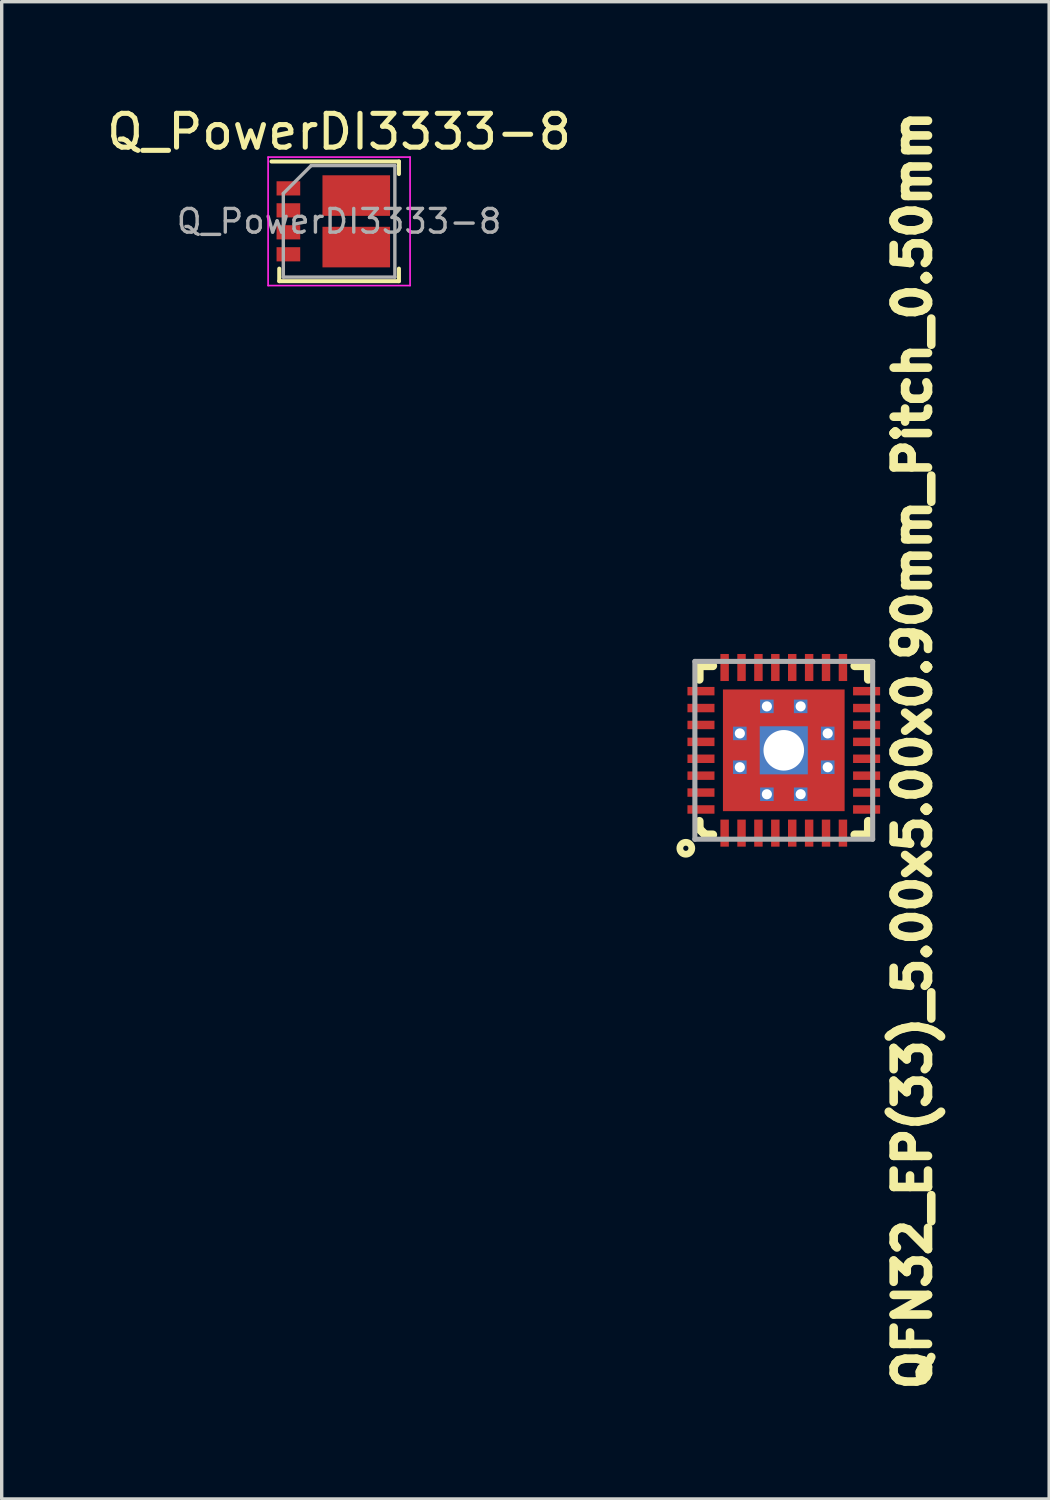
<source format=kicad_pcb>
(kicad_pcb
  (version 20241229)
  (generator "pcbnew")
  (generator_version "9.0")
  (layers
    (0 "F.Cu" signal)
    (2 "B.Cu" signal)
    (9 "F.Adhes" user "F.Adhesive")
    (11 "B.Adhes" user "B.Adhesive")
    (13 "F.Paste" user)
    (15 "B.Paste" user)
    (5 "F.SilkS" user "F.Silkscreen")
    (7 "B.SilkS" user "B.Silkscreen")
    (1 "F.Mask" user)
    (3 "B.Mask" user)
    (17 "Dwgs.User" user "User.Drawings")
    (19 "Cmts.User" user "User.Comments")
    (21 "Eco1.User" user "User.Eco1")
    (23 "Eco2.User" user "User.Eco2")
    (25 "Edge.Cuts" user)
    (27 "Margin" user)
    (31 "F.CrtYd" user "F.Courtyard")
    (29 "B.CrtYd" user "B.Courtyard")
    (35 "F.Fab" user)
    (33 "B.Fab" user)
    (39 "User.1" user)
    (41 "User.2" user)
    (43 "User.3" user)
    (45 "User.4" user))
  (footprint "QFN32_EP(33)_5.00x5.00x0.90mm_Pitch_0.50mm"
    (layer "F.Cu")
    (at 20.138 19.148)
    (property "Reference" "QFN32_EP(33)_5.00x5.00x0.90mm_Pitch_0.50mm" (at 3.81 0 90) (layer "F.SilkS") (effects (font (size 1.016 1.016) (thickness 0.254))))
    (attr smd)
    (fp_line (start -2.499 -2.499) (end -2.499 -2.098) (stroke (width 0.254) (type solid)) (layer "F.SilkS"))
    (fp_line (start -2.499 2.098) (end -2.499 2.324) (stroke (width 0.254) (type solid)) (layer "F.SilkS"))
    (fp_line (start -2.499 2.324) (end -2.324 2.499) (stroke (width 0.254) (type solid)) (layer "F.SilkS"))
    (fp_line (start -2.324 2.499) (end -2.098 2.499) (stroke (width 0.254) (type solid)) (layer "F.SilkS"))
    (fp_line (start -2.098 -2.499) (end -2.499 -2.499) (stroke (width 0.254) (type solid)) (layer "F.SilkS"))
    (fp_line (start 2.098 2.499) (end 2.499 2.499) (stroke (width 0.254) (type solid)) (layer "F.SilkS"))
    (fp_line (start 2.499 -2.499) (end 2.098 -2.499) (stroke (width 0.254) (type solid)) (layer "F.SilkS"))
    (fp_line (start 2.499 -2.098) (end 2.499 -2.499) (stroke (width 0.254) (type solid)) (layer "F.SilkS"))
    (fp_line (start 2.499 2.499) (end 2.499 2.098) (stroke (width 0.254) (type solid)) (layer "F.SilkS"))
    (fp_circle (center -2.898 2.898) (end -3.023 3.023) (stroke (width 0.2) (type solid)) (fill no) (layer "F.SilkS"))
    (fp_line (start -1.6 -1.6) (end -1.6 -0.8) (stroke (width 0.2) (type solid)) (layer "F.Paste"))
    (fp_line (start -1.6 -0.8) (end -0.8 -0.8) (stroke (width 0.2) (type solid)) (layer "F.Paste"))
    (fp_line (start -1.6 -0.2) (end -0.8 -0.2) (stroke (width 0.2) (type solid)) (layer "F.Paste"))
    (fp_line (start -1.6 -0.1) (end -0.8 -0.1) (stroke (width 0.2) (type solid)) (layer "F.Paste"))
    (fp_line (start -1.6 0) (end -0.8 0) (stroke (width 0.2) (type solid)) (layer "F.Paste"))
    (fp_line (start -1.6 0.1) (end -0.8 0.1) (stroke (width 0.2) (type solid)) (layer "F.Paste"))
    (fp_line (start -1.6 0.2) (end -1.6 -0.2) (stroke (width 0.2) (type solid)) (layer "F.Paste"))
    (fp_line (start -1.6 0.8) (end -1.6 1.6) (stroke (width 0.2) (type solid)) (layer "F.Paste"))
    (fp_line (start -1.6 1.6) (end -0.8 1.6) (stroke (width 0.2) (type solid)) (layer "F.Paste"))
    (fp_line (start -1.5 -1.6) (end -1.5 -0.8) (stroke (width 0.2) (type solid)) (layer "F.Paste"))
    (fp_line (start -1.5 0.8) (end -1.5 1.6) (stroke (width 0.2) (type solid)) (layer "F.Paste"))
    (fp_line (start -1.4 -1.6) (end -1.4 -0.8) (stroke (width 0.2) (type solid)) (layer "F.Paste"))
    (fp_line (start -1.4 0.8) (end -1.4 1.6) (stroke (width 0.2) (type solid)) (layer "F.Paste"))
    (fp_line (start -1.3 -1.6) (end -1.3 -0.8) (stroke (width 0.2) (type solid)) (layer "F.Paste"))
    (fp_line (start -1.3 0.8) (end -1.3 1.6) (stroke (width 0.2) (type solid)) (layer "F.Paste"))
    (fp_line (start -1.2 -1.6) (end -1.2 -0.8) (stroke (width 0.2) (type solid)) (layer "F.Paste"))
    (fp_line (start -1.2 0.8) (end -1.2 1.6) (stroke (width 0.2) (type solid)) (layer "F.Paste"))
    (fp_line (start -1.1 -1.6) (end -1.1 -0.8) (stroke (width 0.2) (type solid)) (layer "F.Paste"))
    (fp_line (start -1.1 0.8) (end -1.1 1.6) (stroke (width 0.2) (type solid)) (layer "F.Paste"))
    (fp_line (start -1 -1.6) (end -1 -0.8) (stroke (width 0.2) (type solid)) (layer "F.Paste"))
    (fp_line (start -1 0.8) (end -1 1.6) (stroke (width 0.2) (type solid)) (layer "F.Paste"))
    (fp_line (start -0.9 -1.6) (end -0.9 -0.8) (stroke (width 0.2) (type solid)) (layer "F.Paste"))
    (fp_line (start -0.9 0.8) (end -0.9 1.6) (stroke (width 0.2) (type solid)) (layer "F.Paste"))
    (fp_line (start -0.8 -1.6) (end -1.6 -1.6) (stroke (width 0.2) (type solid)) (layer "F.Paste"))
    (fp_line (start -0.8 -0.8) (end -0.8 -1.6) (stroke (width 0.2) (type solid)) (layer "F.Paste"))
    (fp_line (start -0.8 -0.2) (end -0.8 0.2) (stroke (width 0.2) (type solid)) (layer "F.Paste"))
    (fp_line (start -0.8 0.2) (end -1.6 0.2) (stroke (width 0.2) (type solid)) (layer "F.Paste"))
    (fp_line (start -0.8 0.8) (end -1.6 0.8) (stroke (width 0.2) (type solid)) (layer "F.Paste"))
    (fp_line (start -0.8 1.6) (end -0.8 0.8) (stroke (width 0.2) (type solid)) (layer "F.Paste"))
    (fp_line (start -0.2 -1.6) (end -0.2 -0.8) (stroke (width 0.2) (type solid)) (layer "F.Paste"))
    (fp_line (start -0.2 -0.8) (end 0.2 -0.8) (stroke (width 0.2) (type solid)) (layer "F.Paste"))
    (fp_line (start -0.2 0.8) (end -0.2 1.6) (stroke (width 0.2) (type solid)) (layer "F.Paste"))
    (fp_line (start -0.2 1.6) (end 0.2 1.6) (stroke (width 0.2) (type solid)) (layer "F.Paste"))
    (fp_line (start -0.1 -1.6) (end -0.1 -0.8) (stroke (width 0.2) (type solid)) (layer "F.Paste"))
    (fp_line (start -0.1 0.8) (end -0.1 1.6) (stroke (width 0.2) (type solid)) (layer "F.Paste"))
    (fp_line (start 0 -0.8) (end 0 -1.6) (stroke (width 0.2) (type solid)) (layer "F.Paste"))
    (fp_line (start 0 1.6) (end 0 0.8) (stroke (width 0.2) (type solid)) (layer "F.Paste"))
    (fp_line (start 0.1 -1.6) (end 0.1 -0.8) (stroke (width 0.2) (type solid)) (layer "F.Paste"))
    (fp_line (start 0.1 0.8) (end 0.1 1.6) (stroke (width 0.2) (type solid)) (layer "F.Paste"))
    (fp_line (start 0.2 -1.6) (end -0.2 -1.6) (stroke (width 0.2) (type solid)) (layer "F.Paste"))
    (fp_line (start 0.2 -0.8) (end 0.2 -1.6) (stroke (width 0.2) (type solid)) (layer "F.Paste"))
    (fp_line (start 0.2 0.8) (end -0.2 0.8) (stroke (width 0.2) (type solid)) (layer "F.Paste"))
    (fp_line (start 0.2 1.6) (end 0.2 0.8) (stroke (width 0.2) (type solid)) (layer "F.Paste"))
    (fp_line (start 0.8 -1.6) (end 0.8 -0.8) (stroke (width 0.2) (type solid)) (layer "F.Paste"))
    (fp_line (start 0.8 -0.8) (end 1.6 -0.8) (stroke (width 0.2) (type solid)) (layer "F.Paste"))
    (fp_line (start 0.8 -0.2) (end 1.6 -0.2) (stroke (width 0.2) (type solid)) (layer "F.Paste"))
    (fp_line (start 0.8 -0.1) (end 1.6 -0.1) (stroke (width 0.2) (type solid)) (layer "F.Paste"))
    (fp_line (start 0.8 0) (end 1.6 0) (stroke (width 0.2) (type solid)) (layer "F.Paste"))
    (fp_line (start 0.8 0.1) (end 1.6 0.1) (stroke (width 0.2) (type solid)) (layer "F.Paste"))
    (fp_line (start 0.8 0.2) (end 0.8 -0.2) (stroke (width 0.2) (type solid)) (layer "F.Paste"))
    (fp_line (start 0.8 0.8) (end 0.8 1.6) (stroke (width 0.2) (type solid)) (layer "F.Paste"))
    (fp_line (start 0.8 1.6) (end 1.6 1.6) (stroke (width 0.2) (type solid)) (layer "F.Paste"))
    (fp_line (start 0.9 -1.6) (end 0.9 -0.8) (stroke (width 0.2) (type solid)) (layer "F.Paste"))
    (fp_line (start 0.9 0.8) (end 0.9 1.6) (stroke (width 0.2) (type solid)) (layer "F.Paste"))
    (fp_line (start 1 -1.6) (end 1 -0.8) (stroke (width 0.2) (type solid)) (layer "F.Paste"))
    (fp_line (start 1 0.8) (end 1 1.6) (stroke (width 0.2) (type solid)) (layer "F.Paste"))
    (fp_line (start 1.1 -1.6) (end 1.1 -0.8) (stroke (width 0.2) (type solid)) (layer "F.Paste"))
    (fp_line (start 1.1 0.8) (end 1.1 1.6) (stroke (width 0.2) (type solid)) (layer "F.Paste"))
    (fp_line (start 1.2 -1.6) (end 1.2 -0.8) (stroke (width 0.2) (type solid)) (layer "F.Paste"))
    (fp_line (start 1.2 0.8) (end 1.2 1.6) (stroke (width 0.2) (type solid)) (layer "F.Paste"))
    (fp_line (start 1.3 -1.6) (end 1.3 -0.8) (stroke (width 0.2) (type solid)) (layer "F.Paste"))
    (fp_line (start 1.3 0.8) (end 1.3 1.6) (stroke (width 0.2) (type solid)) (layer "F.Paste"))
    (fp_line (start 1.4 -1.6) (end 1.4 -0.8) (stroke (width 0.2) (type solid)) (layer "F.Paste"))
    (fp_line (start 1.4 0.8) (end 1.4 1.6) (stroke (width 0.2) (type solid)) (layer "F.Paste"))
    (fp_line (start 1.5 -1.6) (end 1.5 -0.8) (stroke (width 0.2) (type solid)) (layer "F.Paste"))
    (fp_line (start 1.5 0.8) (end 1.5 1.6) (stroke (width 0.2) (type solid)) (layer "F.Paste"))
    (fp_line (start 1.6 -1.6) (end 0.8 -1.6) (stroke (width 0.2) (type solid)) (layer "F.Paste"))
    (fp_line (start 1.6 -0.8) (end 1.6 -1.6) (stroke (width 0.2) (type solid)) (layer "F.Paste"))
    (fp_line (start 1.6 -0.2) (end 1.6 0.2) (stroke (width 0.2) (type solid)) (layer "F.Paste"))
    (fp_line (start 1.6 0.2) (end 0.8 0.2) (stroke (width 0.2) (type solid)) (layer "F.Paste"))
    (fp_line (start 1.6 0.8) (end 0.8 0.8) (stroke (width 0.2) (type solid)) (layer "F.Paste"))
    (fp_line (start 1.6 1.6) (end 1.6 0.8) (stroke (width 0.2) (type solid)) (layer "F.Paste"))
    (fp_line (start -2.63 -2.63) (end 2.63 -2.63) (stroke (width 0.15) (type solid)) (layer "F.Fab"))
    (fp_line (start -2.63 2.63) (end -2.63 -2.63) (stroke (width 0.15) (type solid)) (layer "F.Fab"))
    (fp_line (start 2.63 -2.63) (end 2.63 2.63) (stroke (width 0.15) (type solid)) (layer "F.Fab"))
    (fp_line (start 2.63 2.63) (end -2.63 2.63) (stroke (width 0.15) (type solid)) (layer "F.Fab"))
    (pad "1" smd rect (at -1.75 2.45 90) (size 0.8 0.25) (layers "F.Cu" "F.Mask" "F.Paste"))
    (pad "2" smd rect (at -1.25 2.45 90) (size 0.8 0.25) (layers "F.Cu" "F.Mask" "F.Paste"))
    (pad "3" smd rect (at -0.75 2.45 90) (size 0.8 0.25) (layers "F.Cu" "F.Mask" "F.Paste"))
    (pad "4" smd rect (at -0.25 2.45 90) (size 0.8 0.25) (layers "F.Cu" "F.Mask" "F.Paste"))
    (pad "5" smd rect (at 0.25 2.45 90) (size 0.8 0.25) (layers "F.Cu" "F.Mask" "F.Paste"))
    (pad "6" smd rect (at 0.75 2.45 90) (size 0.8 0.25) (layers "F.Cu" "F.Mask" "F.Paste"))
    (pad "7" smd rect (at 1.25 2.45 90) (size 0.8 0.25) (layers "F.Cu" "F.Mask" "F.Paste"))
    (pad "8" smd rect (at 1.75 2.45 90) (size 0.8 0.25) (layers "F.Cu" "F.Mask" "F.Paste"))
    (pad "9" smd rect (at 2.45 1.75 180) (size 0.8 0.25) (layers "F.Cu" "F.Mask" "F.Paste"))
    (pad "10" smd rect (at 2.45 1.25 180) (size 0.8 0.25) (layers "F.Cu" "F.Mask" "F.Paste"))
    (pad "11" smd rect (at 2.45 0.75 180) (size 0.8 0.25) (layers "F.Cu" "F.Mask" "F.Paste"))
    (pad "12" smd rect (at 2.45 0.25 180) (size 0.8 0.25) (layers "F.Cu" "F.Mask" "F.Paste"))
    (pad "13" smd rect (at 2.45 -0.25 180) (size 0.8 0.25) (layers "F.Cu" "F.Mask" "F.Paste"))
    (pad "14" smd rect (at 2.45 -0.75 180) (size 0.8 0.25) (layers "F.Cu" "F.Mask" "F.Paste"))
    (pad "15" smd rect (at 2.45 -1.25 180) (size 0.8 0.25) (layers "F.Cu" "F.Mask" "F.Paste"))
    (pad "16" smd rect (at 2.45 -1.75 180) (size 0.8 0.25) (layers "F.Cu" "F.Mask" "F.Paste"))
    (pad "17" smd rect (at 1.75 -2.45 270) (size 0.8 0.25) (layers "F.Cu" "F.Mask" "F.Paste"))
    (pad "18" smd rect (at 1.25 -2.45 270) (size 0.8 0.25) (layers "F.Cu" "F.Mask" "F.Paste"))
    (pad "19" smd rect (at 0.75 -2.45 270) (size 0.8 0.25) (layers "F.Cu" "F.Mask" "F.Paste"))
    (pad "20" smd rect (at 0.25 -2.45 270) (size 0.8 0.25) (layers "F.Cu" "F.Mask" "F.Paste"))
    (pad "21" smd rect (at -0.25 -2.45 270) (size 0.8 0.25) (layers "F.Cu" "F.Mask" "F.Paste"))
    (pad "22" smd rect (at -0.75 -2.45 270) (size 0.8 0.25) (layers "F.Cu" "F.Mask" "F.Paste"))
    (pad "23" smd rect (at -1.25 -2.45 270) (size 0.8 0.25) (layers "F.Cu" "F.Mask" "F.Paste"))
    (pad "24" smd rect (at -1.75 -2.45 270) (size 0.8 0.25) (layers "F.Cu" "F.Mask" "F.Paste"))
    (pad "25" smd rect (at -2.45 -1.75) (size 0.8 0.25) (layers "F.Cu" "F.Mask" "F.Paste"))
    (pad "26" smd rect (at -2.45 -1.25) (size 0.8 0.25) (layers "F.Cu" "F.Mask" "F.Paste"))
    (pad "27" smd rect (at -2.45 -0.75) (size 0.8 0.25) (layers "F.Cu" "F.Mask" "F.Paste"))
    (pad "28" smd rect (at -2.45 -0.25) (size 0.8 0.25) (layers "F.Cu" "F.Mask" "F.Paste"))
    (pad "29" smd rect (at -2.45 0.25) (size 0.8 0.25) (layers "F.Cu" "F.Mask" "F.Paste"))
    (pad "30" smd rect (at -2.45 0.75) (size 0.8 0.25) (layers "F.Cu" "F.Mask" "F.Paste"))
    (pad "31" smd rect (at -2.45 1.25) (size 0.8 0.25) (layers "F.Cu" "F.Mask" "F.Paste"))
    (pad "32" smd rect (at -2.45 1.75) (size 0.8 0.25) (layers "F.Cu" "F.Mask" "F.Paste"))
    (pad "33" thru_hole rect (at -1.3 -0.5) (size 0.4 0.4) (drill 0.3) (layers "*.Cu" "F.Mask"))
    (pad "33" thru_hole rect (at -1.3 0.5) (size 0.4 0.4) (drill 0.3) (layers "*.Cu" "F.Mask"))
    (pad "33" thru_hole rect (at -0.5 -1.3) (size 0.4 0.4) (drill 0.3) (layers "*.Cu" "F.Mask"))
    (pad "33" thru_hole rect (at -0.5 1.3) (size 0.4 0.4) (drill 0.3) (layers "*.Cu" "F.Mask"))
    (pad "33" thru_hole rect (at 0 0) (size 1.422 1.422) (drill 1.2) (layers "*.Cu" "*.Mask"))
    (pad "33" smd rect (at 0 0) (size 3.6 3.6) (layers "F.Cu" "F.Mask"))
    (pad "33" thru_hole rect (at 0.5 -1.3) (size 0.4 0.4) (drill 0.3) (layers "*.Cu" "F.Mask"))
    (pad "33" thru_hole rect (at 0.5 1.3) (size 0.4 0.4) (drill 0.3) (layers "*.Cu" "F.Mask"))
    (pad "33" thru_hole rect (at 1.3 -0.5) (size 0.4 0.4) (drill 0.3) (layers "*.Cu" "F.Mask"))
    (pad "33" thru_hole rect (at 1.3 0.5) (size 0.4 0.4) (drill 0.3) (layers "*.Cu" "F.Mask")))
  (footprint "Q_PowerDI3333-8"
    (layer "F.Cu")
    (at 6.982 3.498)
    (property "Reference" "Q_PowerDI3333-8" (at 0 -2.65 0) (layer "F.SilkS") (effects (font (size 1 1) (thickness 0.15))))
    (attr smd)
    (fp_line (start -1.77 1.77) (end -1.77 1.4) (stroke (width 0.12) (type solid)) (layer "F.SilkS"))
    (fp_line (start -1.77 1.77) (end 1.77 1.77) (stroke (width 0.12) (type solid)) (layer "F.SilkS"))
    (fp_line (start 1.77 -1.77) (end -2 -1.77) (stroke (width 0.12) (type solid)) (layer "F.SilkS"))
    (fp_line (start 1.77 -1.77) (end 1.77 -1.4) (stroke (width 0.12) (type solid)) (layer "F.SilkS"))
    (fp_line (start 1.77 1.77) (end 1.77 1.4) (stroke (width 0.12) (type solid)) (layer "F.SilkS"))
    (fp_line (start -2.1 -1.9) (end -2.1 1.9) (stroke (width 0.05) (type solid)) (layer "F.CrtYd"))
    (fp_line (start -2.1 1.9) (end 2.1 1.9) (stroke (width 0.05) (type solid)) (layer "F.CrtYd"))
    (fp_line (start 2.1 -1.9) (end -2.1 -1.9) (stroke (width 0.05) (type solid)) (layer "F.CrtYd"))
    (fp_line (start 2.1 1.9) (end 2.1 -1.9) (stroke (width 0.05) (type solid)) (layer "F.CrtYd"))
    (fp_line (start -1.65 -0.825) (end -1.65 1.65) (stroke (width 0.1) (type solid)) (layer "F.Fab"))
    (fp_line (start -1.65 1.65) (end 1.65 1.65) (stroke (width 0.1) (type solid)) (layer "F.Fab"))
    (fp_line (start -0.825 -1.65) (end -1.65 -0.825) (stroke (width 0.1) (type solid)) (layer "F.Fab"))
    (fp_line (start 1.65 -1.65) (end -0.825 -1.65) (stroke (width 0.1) (type solid)) (layer "F.Fab"))
    (fp_line (start 1.65 1.65) (end 1.65 -1.65) (stroke (width 0.1) (type solid)) (layer "F.Fab"))
    (fp_text user "${REFERENCE}" (at 0 0 0) (layer "F.Fab") (effects (font (size 0.7 0.7) (thickness 0.1))))
    (pad "" smd rect (at 0 -1.524 90) (size 0.7 0.42) (layers "F.Paste"))
    (pad "" smd rect (at 0 1.524 90) (size 0.7 0.42) (layers "F.Paste"))
    (pad "" smd rect (at 1.5 -0.975) (size 0.7 0.42) (layers "F.Paste"))
    (pad "" smd rect (at 1.5 -0.325) (size 0.7 0.42) (layers "F.Paste"))
    (pad "" smd rect (at 1.5 0.325) (size 0.7 0.42) (layers "F.Paste"))
    (pad "" smd rect (at 1.5 0.975) (size 0.7 0.42) (layers "F.Paste"))
    (pad "1" smd rect (at -1.5 -0.325) (size 0.7 0.42) (layers "F.Cu" "F.Mask" "F.Paste"))
    (pad "2" smd rect (at 0.508 -0.762) (size 2 1.2) (layers "F.Cu" "F.Mask" "F.Paste"))
    (pad "3" smd rect (at -1.5 -0.975) (size 0.7 0.42) (layers "F.Cu" "F.Mask" "F.Paste"))
    (pad "4" smd rect (at -1.5 0.975) (size 0.7 0.42) (layers "F.Cu" "F.Mask" "F.Paste"))
    (pad "5" smd rect (at 0.508 0.762) (size 2 1.2) (layers "F.Cu" "F.Mask" "F.Paste"))
    (pad "6" smd rect (at -1.5 0.325) (size 0.7 0.42) (layers "F.Cu" "F.Mask" "F.Paste")))
  (gr_rect
    (start -3 -3)
    (end 27.989 41.296)
    (stroke (width 0.1) (type default))
    (fill no)
    (layer "Edge.Cuts")))
</source>
